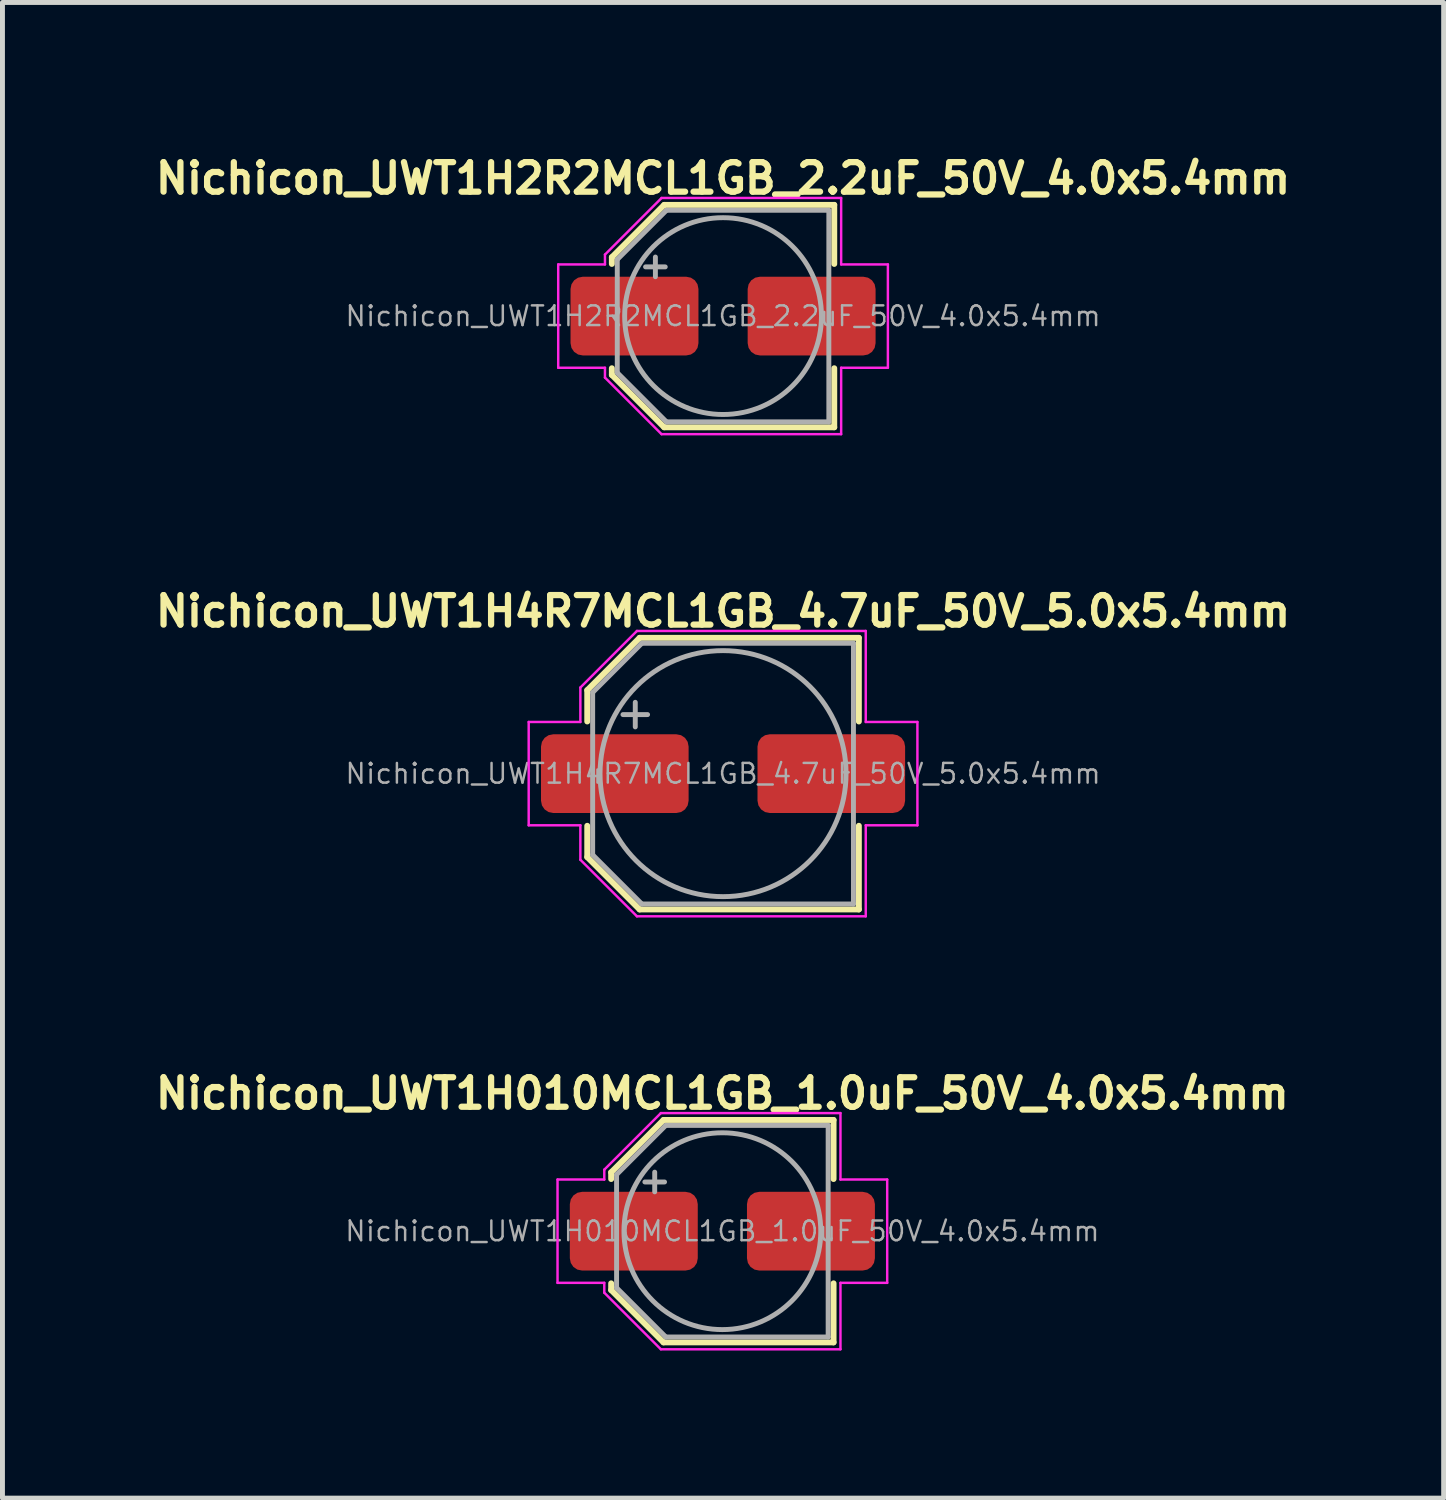
<source format=kicad_pcb>
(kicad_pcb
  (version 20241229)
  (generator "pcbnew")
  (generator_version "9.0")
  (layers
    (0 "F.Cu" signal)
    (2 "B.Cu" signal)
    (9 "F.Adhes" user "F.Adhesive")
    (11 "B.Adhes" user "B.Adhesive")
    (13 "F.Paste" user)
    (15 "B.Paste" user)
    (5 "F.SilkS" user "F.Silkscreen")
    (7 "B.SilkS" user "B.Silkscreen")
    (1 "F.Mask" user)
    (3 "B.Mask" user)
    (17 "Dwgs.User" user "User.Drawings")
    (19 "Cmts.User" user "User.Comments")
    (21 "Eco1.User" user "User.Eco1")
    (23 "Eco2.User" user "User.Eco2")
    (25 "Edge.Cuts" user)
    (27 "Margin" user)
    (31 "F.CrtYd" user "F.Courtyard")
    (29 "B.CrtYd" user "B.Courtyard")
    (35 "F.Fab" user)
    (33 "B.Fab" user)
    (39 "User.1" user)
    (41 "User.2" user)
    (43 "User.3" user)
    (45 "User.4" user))
  (footprint "Nichicon_UWT1H2R2MCL1GB_2.2uF_50V_4.0x5.4mm"
    (layer "F.Cu")
    (at 11.645 3.374)
    (property "Reference" "Nichicon_UWT1H2R2MCL1GB_2.2uF_50V_4.0x5.4mm" (at 0 -2.8 0) (layer "F.SilkS") (effects (font (size 0.6 0.6) (thickness 0.127))))
    (attr smd)
    (fp_line (start -2.26 -1.196) (end -2.26 -1.06) (stroke (width 0.12) (type solid)) (layer "F.SilkS"))
    (fp_line (start -2.26 -1.196) (end -1.196 -2.26) (stroke (width 0.12) (type solid)) (layer "F.SilkS"))
    (fp_line (start -2.26 1.196) (end -2.26 1.06) (stroke (width 0.12) (type solid)) (layer "F.SilkS"))
    (fp_line (start -2.26 1.196) (end -1.196 2.26) (stroke (width 0.12) (type solid)) (layer "F.SilkS"))
    (fp_line (start -1.196 -2.26) (end 2.26 -2.26) (stroke (width 0.12) (type solid)) (layer "F.SilkS"))
    (fp_line (start -1.196 2.26) (end 2.26 2.26) (stroke (width 0.12) (type solid)) (layer "F.SilkS"))
    (fp_line (start 2.26 -2.26) (end 2.26 -1.06) (stroke (width 0.12) (type solid)) (layer "F.SilkS"))
    (fp_line (start 2.26 2.26) (end 2.26 1.06) (stroke (width 0.12) (type solid)) (layer "F.SilkS"))
    (fp_line (start -3.35 -1.05) (end -3.35 1.05) (stroke (width 0.05) (type solid)) (layer "F.CrtYd"))
    (fp_line (start -3.35 1.05) (end -2.4 1.05) (stroke (width 0.05) (type solid)) (layer "F.CrtYd"))
    (fp_line (start -2.4 -1.25) (end -2.4 -1.05) (stroke (width 0.05) (type solid)) (layer "F.CrtYd"))
    (fp_line (start -2.4 -1.25) (end -1.25 -2.4) (stroke (width 0.05) (type solid)) (layer "F.CrtYd"))
    (fp_line (start -2.4 -1.05) (end -3.35 -1.05) (stroke (width 0.05) (type solid)) (layer "F.CrtYd"))
    (fp_line (start -2.4 1.05) (end -2.4 1.25) (stroke (width 0.05) (type solid)) (layer "F.CrtYd"))
    (fp_line (start -2.4 1.25) (end -1.25 2.4) (stroke (width 0.05) (type solid)) (layer "F.CrtYd"))
    (fp_line (start -1.25 -2.4) (end 2.4 -2.4) (stroke (width 0.05) (type solid)) (layer "F.CrtYd"))
    (fp_line (start -1.25 2.4) (end 2.4 2.4) (stroke (width 0.05) (type solid)) (layer "F.CrtYd"))
    (fp_line (start 2.4 -2.4) (end 2.4 -1.05) (stroke (width 0.05) (type solid)) (layer "F.CrtYd"))
    (fp_line (start 2.4 -1.05) (end 3.35 -1.05) (stroke (width 0.05) (type solid)) (layer "F.CrtYd"))
    (fp_line (start 2.4 1.05) (end 2.4 2.4) (stroke (width 0.05) (type solid)) (layer "F.CrtYd"))
    (fp_line (start 3.35 -1.05) (end 3.35 1.05) (stroke (width 0.05) (type solid)) (layer "F.CrtYd"))
    (fp_line (start 3.35 1.05) (end 2.4 1.05) (stroke (width 0.05) (type solid)) (layer "F.CrtYd"))
    (fp_line (start -2.15 -1.15) (end -2.15 1.15) (stroke (width 0.1) (type solid)) (layer "F.Fab"))
    (fp_line (start -2.15 -1.15) (end -1.15 -2.15) (stroke (width 0.1) (type solid)) (layer "F.Fab"))
    (fp_line (start -2.15 1.15) (end -1.15 2.15) (stroke (width 0.1) (type solid)) (layer "F.Fab"))
    (fp_line (start -1.575 -1) (end -1.175 -1) (stroke (width 0.1) (type solid)) (layer "F.Fab"))
    (fp_line (start -1.375 -1.2) (end -1.375 -0.8) (stroke (width 0.1) (type solid)) (layer "F.Fab"))
    (fp_line (start -1.15 -2.15) (end 2.15 -2.15) (stroke (width 0.1) (type solid)) (layer "F.Fab"))
    (fp_line (start -1.15 2.15) (end 2.15 2.15) (stroke (width 0.1) (type solid)) (layer "F.Fab"))
    (fp_line (start 2.15 -2.15) (end 2.15 2.15) (stroke (width 0.1) (type solid)) (layer "F.Fab"))
    (fp_circle (center 0 0) (end 2 0) (stroke (width 0.1) (type solid)) (fill no) (layer "F.Fab"))
    (fp_text user "${REFERENCE}" (at 0 0 0) (layer "F.Fab") (effects (font (size 0.4 0.4) (thickness 0.05))))
    (pad "1" smd roundrect (at -1.8 0) (size 2.6 1.6) (layers "F.Cu" "F.Mask" "F.Paste") (roundrect_rratio 0.156))
    (pad "2" smd roundrect (at 1.8 0) (size 2.6 1.6) (layers "F.Cu" "F.Mask" "F.Paste") (roundrect_rratio 0.156)))
  (footprint "Nichicon_UWT1H010MCL1GB_1.0uF_50V_4.0x5.4mm"
    (layer "F.Cu")
    (at 11.631 21.972)
    (property "Reference" "Nichicon_UWT1H010MCL1GB_1.0uF_50V_4.0x5.4mm" (at 0 -2.8 0) (layer "F.SilkS") (effects (font (size 0.6 0.6) (thickness 0.127))))
    (attr smd)
    (fp_line (start -2.26 -1.196) (end -2.26 -1.06) (stroke (width 0.12) (type solid)) (layer "F.SilkS"))
    (fp_line (start -2.26 -1.196) (end -1.196 -2.26) (stroke (width 0.12) (type solid)) (layer "F.SilkS"))
    (fp_line (start -2.26 1.196) (end -2.26 1.06) (stroke (width 0.12) (type solid)) (layer "F.SilkS"))
    (fp_line (start -2.26 1.196) (end -1.196 2.26) (stroke (width 0.12) (type solid)) (layer "F.SilkS"))
    (fp_line (start -1.196 -2.26) (end 2.26 -2.26) (stroke (width 0.12) (type solid)) (layer "F.SilkS"))
    (fp_line (start -1.196 2.26) (end 2.26 2.26) (stroke (width 0.12) (type solid)) (layer "F.SilkS"))
    (fp_line (start 2.26 -2.26) (end 2.26 -1.06) (stroke (width 0.12) (type solid)) (layer "F.SilkS"))
    (fp_line (start 2.26 2.26) (end 2.26 1.06) (stroke (width 0.12) (type solid)) (layer "F.SilkS"))
    (fp_line (start -3.35 -1.05) (end -3.35 1.05) (stroke (width 0.05) (type solid)) (layer "F.CrtYd"))
    (fp_line (start -3.35 1.05) (end -2.4 1.05) (stroke (width 0.05) (type solid)) (layer "F.CrtYd"))
    (fp_line (start -2.4 -1.25) (end -2.4 -1.05) (stroke (width 0.05) (type solid)) (layer "F.CrtYd"))
    (fp_line (start -2.4 -1.25) (end -1.25 -2.4) (stroke (width 0.05) (type solid)) (layer "F.CrtYd"))
    (fp_line (start -2.4 -1.05) (end -3.35 -1.05) (stroke (width 0.05) (type solid)) (layer "F.CrtYd"))
    (fp_line (start -2.4 1.05) (end -2.4 1.25) (stroke (width 0.05) (type solid)) (layer "F.CrtYd"))
    (fp_line (start -2.4 1.25) (end -1.25 2.4) (stroke (width 0.05) (type solid)) (layer "F.CrtYd"))
    (fp_line (start -1.25 -2.4) (end 2.4 -2.4) (stroke (width 0.05) (type solid)) (layer "F.CrtYd"))
    (fp_line (start -1.25 2.4) (end 2.4 2.4) (stroke (width 0.05) (type solid)) (layer "F.CrtYd"))
    (fp_line (start 2.4 -2.4) (end 2.4 -1.05) (stroke (width 0.05) (type solid)) (layer "F.CrtYd"))
    (fp_line (start 2.4 -1.05) (end 3.35 -1.05) (stroke (width 0.05) (type solid)) (layer "F.CrtYd"))
    (fp_line (start 2.4 1.05) (end 2.4 2.4) (stroke (width 0.05) (type solid)) (layer "F.CrtYd"))
    (fp_line (start 3.35 -1.05) (end 3.35 1.05) (stroke (width 0.05) (type solid)) (layer "F.CrtYd"))
    (fp_line (start 3.35 1.05) (end 2.4 1.05) (stroke (width 0.05) (type solid)) (layer "F.CrtYd"))
    (fp_line (start -2.15 -1.15) (end -2.15 1.15) (stroke (width 0.1) (type solid)) (layer "F.Fab"))
    (fp_line (start -2.15 -1.15) (end -1.15 -2.15) (stroke (width 0.1) (type solid)) (layer "F.Fab"))
    (fp_line (start -2.15 1.15) (end -1.15 2.15) (stroke (width 0.1) (type solid)) (layer "F.Fab"))
    (fp_line (start -1.575 -1) (end -1.175 -1) (stroke (width 0.1) (type solid)) (layer "F.Fab"))
    (fp_line (start -1.375 -1.2) (end -1.375 -0.8) (stroke (width 0.1) (type solid)) (layer "F.Fab"))
    (fp_line (start -1.15 -2.15) (end 2.15 -2.15) (stroke (width 0.1) (type solid)) (layer "F.Fab"))
    (fp_line (start -1.15 2.15) (end 2.15 2.15) (stroke (width 0.1) (type solid)) (layer "F.Fab"))
    (fp_line (start 2.15 -2.15) (end 2.15 2.15) (stroke (width 0.1) (type solid)) (layer "F.Fab"))
    (fp_circle (center 0 0) (end 2 0) (stroke (width 0.1) (type solid)) (fill no) (layer "F.Fab"))
    (fp_text user "${REFERENCE}" (at 0 0 0) (layer "F.Fab") (effects (font (size 0.4 0.4) (thickness 0.05))))
    (pad "1" smd roundrect (at -1.8 0) (size 2.6 1.6) (layers "F.Cu" "F.Mask" "F.Paste") (roundrect_rratio 0.156))
    (pad "2" smd roundrect (at 1.8 0) (size 2.6 1.6) (layers "F.Cu" "F.Mask" "F.Paste") (roundrect_rratio 0.156)))
  (footprint "Nichicon_UWT1H4R7MCL1GB_4.7uF_50V_5.0x5.4mm"
    (layer "F.Cu")
    (at 11.645 12.673)
    (property "Reference" "Nichicon_UWT1H4R7MCL1GB_4.7uF_50V_5.0x5.4mm" (at 0 -3.3 0) (layer "F.SilkS") (effects (font (size 0.6 0.6) (thickness 0.127))))
    (attr smd)
    (fp_line (start -2.76 -1.696) (end -2.76 -1.06) (stroke (width 0.12) (type solid)) (layer "F.SilkS"))
    (fp_line (start -2.76 -1.696) (end -1.696 -2.76) (stroke (width 0.12) (type solid)) (layer "F.SilkS"))
    (fp_line (start -2.76 1.696) (end -2.76 1.06) (stroke (width 0.12) (type solid)) (layer "F.SilkS"))
    (fp_line (start -2.76 1.696) (end -1.696 2.76) (stroke (width 0.12) (type solid)) (layer "F.SilkS"))
    (fp_line (start -1.696 -2.76) (end 2.76 -2.76) (stroke (width 0.12) (type solid)) (layer "F.SilkS"))
    (fp_line (start -1.696 2.76) (end 2.76 2.76) (stroke (width 0.12) (type solid)) (layer "F.SilkS"))
    (fp_line (start 2.76 -2.76) (end 2.76 -1.06) (stroke (width 0.12) (type solid)) (layer "F.SilkS"))
    (fp_line (start 2.76 2.76) (end 2.76 1.06) (stroke (width 0.12) (type solid)) (layer "F.SilkS"))
    (fp_line (start -3.95 -1.05) (end -3.95 1.05) (stroke (width 0.05) (type solid)) (layer "F.CrtYd"))
    (fp_line (start -3.95 1.05) (end -2.9 1.05) (stroke (width 0.05) (type solid)) (layer "F.CrtYd"))
    (fp_line (start -2.9 -1.75) (end -2.9 -1.05) (stroke (width 0.05) (type solid)) (layer "F.CrtYd"))
    (fp_line (start -2.9 -1.75) (end -1.75 -2.9) (stroke (width 0.05) (type solid)) (layer "F.CrtYd"))
    (fp_line (start -2.9 -1.05) (end -3.95 -1.05) (stroke (width 0.05) (type solid)) (layer "F.CrtYd"))
    (fp_line (start -2.9 1.05) (end -2.9 1.75) (stroke (width 0.05) (type solid)) (layer "F.CrtYd"))
    (fp_line (start -2.9 1.75) (end -1.75 2.9) (stroke (width 0.05) (type solid)) (layer "F.CrtYd"))
    (fp_line (start -1.75 -2.9) (end 2.9 -2.9) (stroke (width 0.05) (type solid)) (layer "F.CrtYd"))
    (fp_line (start -1.75 2.9) (end 2.9 2.9) (stroke (width 0.05) (type solid)) (layer "F.CrtYd"))
    (fp_line (start 2.9 -2.9) (end 2.9 -1.05) (stroke (width 0.05) (type solid)) (layer "F.CrtYd"))
    (fp_line (start 2.9 -1.05) (end 3.95 -1.05) (stroke (width 0.05) (type solid)) (layer "F.CrtYd"))
    (fp_line (start 2.9 1.05) (end 2.9 2.9) (stroke (width 0.05) (type solid)) (layer "F.CrtYd"))
    (fp_line (start 3.95 -1.05) (end 3.95 1.05) (stroke (width 0.05) (type solid)) (layer "F.CrtYd"))
    (fp_line (start 3.95 1.05) (end 2.9 1.05) (stroke (width 0.05) (type solid)) (layer "F.CrtYd"))
    (fp_line (start -2.65 -1.65) (end -2.65 1.65) (stroke (width 0.1) (type solid)) (layer "F.Fab"))
    (fp_line (start -2.65 -1.65) (end -1.65 -2.65) (stroke (width 0.1) (type solid)) (layer "F.Fab"))
    (fp_line (start -2.65 1.65) (end -1.65 2.65) (stroke (width 0.1) (type solid)) (layer "F.Fab"))
    (fp_line (start -2.034 -1.2) (end -1.534 -1.2) (stroke (width 0.1) (type solid)) (layer "F.Fab"))
    (fp_line (start -1.784 -1.45) (end -1.784 -0.95) (stroke (width 0.1) (type solid)) (layer "F.Fab"))
    (fp_line (start -1.65 -2.65) (end 2.65 -2.65) (stroke (width 0.1) (type solid)) (layer "F.Fab"))
    (fp_line (start -1.65 2.65) (end 2.65 2.65) (stroke (width 0.1) (type solid)) (layer "F.Fab"))
    (fp_line (start 2.65 -2.65) (end 2.65 2.65) (stroke (width 0.1) (type solid)) (layer "F.Fab"))
    (fp_circle (center 0 0) (end 2.5 0) (stroke (width 0.1) (type solid)) (fill no) (layer "F.Fab"))
    (fp_text user "${REFERENCE}" (at 0 0 0) (layer "F.Fab") (effects (font (size 0.4 0.4) (thickness 0.05))))
    (pad "1" smd roundrect (at -2.2 0) (size 3 1.6) (layers "F.Cu" "F.Mask" "F.Paste") (roundrect_rratio 0.156))
    (pad "2" smd roundrect (at 2.2 0) (size 3 1.6) (layers "F.Cu" "F.Mask" "F.Paste") (roundrect_rratio 0.156)))
  (gr_rect
    (start -3 -3)
    (end 26.29 27.397)
    (stroke (width 0.1) (type default))
    (fill no)
    (layer "Edge.Cuts")))
</source>
